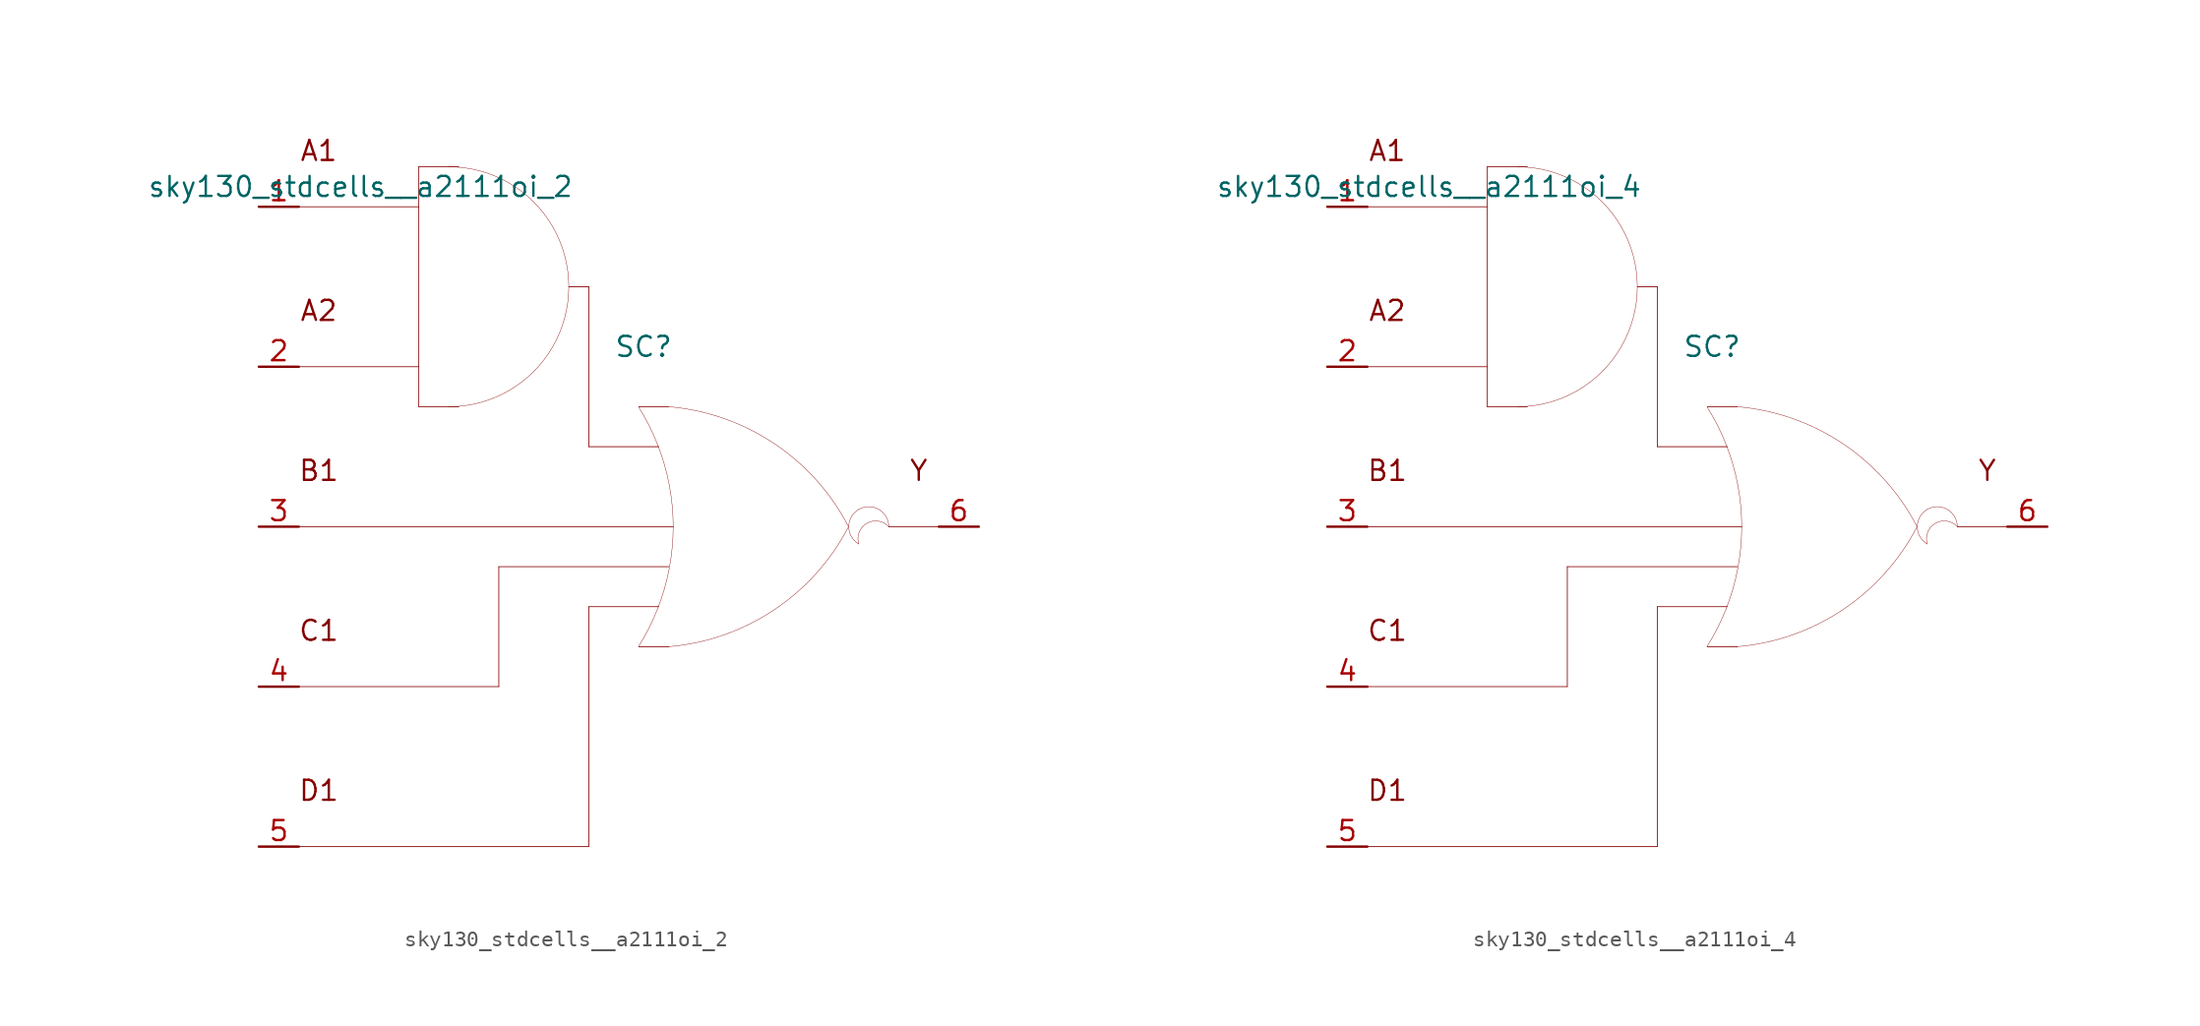
<source format=kicad_sym>
(kicad_symbol_lib
  (version 20211014)
  (generator kicad_symbol_editor)
  (symbol "sky130_stdcells__a2111oi_2"
    (pin_names hide)
    (property "Reference" "SC"
      (at 1.575 11.43 0)
      (effects (font (size 1.27 1.27))))
    (property "Value" "sky130_stdcells__a2111oi_2"
      (at -2.845 21.59 0)
      (effects (font (size 1.27 1.27)) (justify right)))
    (symbol "sky130_stdcells__a2111oi_2_0_0"
      (arc (start -10.795 7.62) (mid -8.8228 7.8796) (end -6.985 8.6409) (stroke (width 0.0254) (type default) (color 0 0 0 0)) (fill (type none)))
      (arc (start -6.985 8.6409) (mid -5.4069 9.8519) (end -4.1959 11.43) (stroke (width 0.0254) (type default) (color 0 0 0 0)) (fill (type none)))
      (arc (start -6.985 21.8391) (mid -8.8228 22.6003) (end -10.795 22.86) (stroke (width 0.0254) (type default) (color 0 0 0 0)) (fill (type none)))
      (arc (start -4.1959 11.43) (mid -3.4347 13.2678) (end -3.175 15.24) (stroke (width 0.0254) (type default) (color 0 0 0 0)) (fill (type none)))
      (arc (start -4.1959 19.05) (mid -5.4069 20.6281) (end -6.985 21.8391) (stroke (width 0.0254) (type default) (color 0 0 0 0)) (fill (type none)))
      (arc (start -3.175 15.24) (mid -3.4346 17.2122) (end -4.1959 19.05) (stroke (width 0.0254) (type default) (color 0 0 0 0)) (fill (type none)))
      (polyline (pts (xy -20.32 -20.32) (xy -1.905 -20.32)) (stroke (width 0.051) (type default) (color 0 0 0 0)) (fill (type none)))
      (polyline (pts (xy -20.32 -10.16) (xy -7.62 -10.16)) (stroke (width 0.051) (type default) (color 0 0 0 0)) (fill (type none)))
      (polyline (pts (xy -20.32 0) (xy 3.454 0)) (stroke (width 0.051) (type default) (color 0 0 0 0)) (fill (type none)))
      (polyline (pts (xy -20.32 10.16) (xy -12.7 10.16)) (stroke (width 0.051) (type default) (color 0 0 0 0)) (fill (type none)))
      (polyline (pts (xy -20.32 20.32) (xy -12.7 20.32)) (stroke (width 0.051) (type default) (color 0 0 0 0)) (fill (type none)))
      (polyline (pts (xy -12.7 7.62) (xy -10.16 7.62)) (stroke (width 0.051) (type default) (color 0 0 0 0)) (fill (type none)))
      (polyline (pts (xy -12.7 22.86) (xy -12.7 7.62)) (stroke (width 0.051) (type default) (color 0 0 0 0)) (fill (type none)))
      (polyline (pts (xy -12.7 22.86) (xy -10.16 22.86)) (stroke (width 0.051) (type default) (color 0 0 0 0)) (fill (type none)))
      (polyline (pts (xy -7.62 -2.54) (xy -7.62 -10.16)) (stroke (width 0.051) (type default) (color 0 0 0 0)) (fill (type none)))
      (polyline (pts (xy -7.62 -2.54) (xy 3.175 -2.54)) (stroke (width 0.051) (type default) (color 0 0 0 0)) (fill (type none)))
      (polyline (pts (xy -3.175 15.24) (xy -1.905 15.24)) (stroke (width 0.051) (type default) (color 0 0 0 0)) (fill (type none)))
      (polyline (pts (xy -1.905 -5.08) (xy -1.905 -20.32)) (stroke (width 0.051) (type default) (color 0 0 0 0)) (fill (type none)))
      (polyline (pts (xy -1.905 -5.08) (xy 2.54 -5.08)) (stroke (width 0.051) (type default) (color 0 0 0 0)) (fill (type none)))
      (polyline (pts (xy -1.905 5.08) (xy 2.54 5.08)) (stroke (width 0.051) (type default) (color 0 0 0 0)) (fill (type none)))
      (polyline (pts (xy -1.905 15.24) (xy -1.905 5.08)) (stroke (width 0.051) (type default) (color 0 0 0 0)) (fill (type none)))
      (polyline (pts (xy 1.27 -7.62) (xy 3.175 -7.62)) (stroke (width 0.051) (type default) (color 0 0 0 0)) (fill (type none)))
      (polyline (pts (xy 1.27 7.62) (xy 3.175 7.62)) (stroke (width 0.051) (type default) (color 0 0 0 0)) (fill (type none)))
      (polyline (pts (xy 17.145 0) (xy 20.32 0)) (stroke (width 0.051) (type default) (color 0 0 0 0)) (fill (type none)))
      (arc (start 1.2495 -7.6142) (mid 1.907 -6.458) (end 2.4538 -5.2456) (stroke (width 0.0254) (type default) (color 0 0 0 0)) (fill (type none)))
      (arc (start 2.4538 -5.2456) (mid 2.8887 -3.9755) (end 3.202 -2.6701) (stroke (width 0.0254) (type default) (color 0 0 0 0)) (fill (type none)))
      (arc (start 2.472 5.1993) (mid 1.9238 6.4248) (end 1.2627 7.5932) (stroke (width 0.0254) (type default) (color 0 0 0 0)) (fill (type none)))
      (arc (start 3.1446 -7.6231) (mid 9.8386 -5.2986) (end 14.5755 -0.0284) (stroke (width 0.0254) (type default) (color 0 0 0 0)) (fill (type none)))
      (arc (start 3.202 -2.6701) (mid 3.3912 -1.341) (end 3.4544 0) (stroke (width 0.0254) (type default) (color 0 0 0 0)) (fill (type none)))
      (arc (start 3.2066 2.6456) (mid 2.8989 3.9396) (end 2.472 5.1993) (stroke (width 0.0254) (type default) (color 0 0 0 0)) (fill (type none)))
      (arc (start 3.4544 0) (mid 3.3923 1.3286) (end 3.2066 2.6456) (stroke (width 0.0254) (type default) (color 0 0 0 0)) (fill (type none)))
      (arc (start 14.5983 -0.0156) (mid 9.8798 5.271) (end 3.194 7.6189) (stroke (width 0.0254) (type default) (color 0 0 0 0)) (fill (type none)))
      (arc (start 15.24 1.0999) (mid 14.605 0) (end 15.24 -1.0999) (stroke (width 0.0254) (type default) (color 0 0 0 0)) (fill (type none)))
      (arc (start 17.145 0) (mid 15.2881 0.4743) (end 15.24 -1.0999) (stroke (width 0.0254) (type default) (color 0 0 0 0)) (fill (type none)))
      (arc (start 17.145 0) (mid 16.51 1.0998) (end 15.24 1.0999) (stroke (width 0.0254) (type default) (color 0 0 0 0)) (fill (type none)))
      (text "A1" (at -19.05 23.876 0) (effects (font (size 1.27 1.27))))
      (text "A2" (at -19.05 13.716 0) (effects (font (size 1.27 1.27))))
      (text "B1" (at -19.05 3.556 0) (effects (font (size 1.27 1.27))))
      (text "C1" (at -19.05 -6.604 0) (effects (font (size 1.27 1.27))))
      (text "D1" (at -19.05 -16.764 0) (effects (font (size 1.27 1.27))))
      (text "Y" (at 19.05 3.556 0) (effects (font (size 1.27 1.27)))))
    (symbol "sky130_stdcells__a2111oi_2_1_1"
      (pin input line (at -22.86 20.32 0) (length 2.54) (name "A1" (effects (font (size 1.092 1.092)))) (number "1" (effects (font (size 1.27 1.27)))))
      (pin input line (at -22.86 10.16 0) (length 2.54) (name "A2" (effects (font (size 1.092 1.092)))) (number "2" (effects (font (size 1.27 1.27)))))
      (pin input line (at -22.86 0 0) (length 2.54) (name "B1" (effects (font (size 1.092 1.092)))) (number "3" (effects (font (size 1.27 1.27)))))
      (pin input line (at -22.86 -10.16 0) (length 2.54) (name "C1" (effects (font (size 1.092 1.092)))) (number "4" (effects (font (size 1.27 1.27)))))
      (pin input line (at -22.86 -20.32 0) (length 2.54) (name "D1" (effects (font (size 1.092 1.092)))) (number "5" (effects (font (size 1.27 1.27)))))
      (pin output line (at 22.86 0 180) (length 2.54) (name "Y" (effects (font (size 1.092 1.092)))) (number "6" (effects (font (size 1.27 1.27)))))))
  (symbol "sky130_stdcells__a2111oi_4"
    (pin_names hide)
    (property "Reference" "SC"
      (at 1.575 11.43 0)
      (effects (font (size 1.27 1.27))))
    (property "Value" "sky130_stdcells__a2111oi_4"
      (at -2.845 21.59 0)
      (effects (font (size 1.27 1.27)) (justify right)))
    (symbol "sky130_stdcells__a2111oi_4_0_0"
      (arc (start -10.795 7.62) (mid -8.8228 7.8796) (end -6.985 8.6409) (stroke (width 0.0254) (type default) (color 0 0 0 0)) (fill (type none)))
      (arc (start -6.985 8.6409) (mid -5.4069 9.8519) (end -4.1959 11.43) (stroke (width 0.0254) (type default) (color 0 0 0 0)) (fill (type none)))
      (arc (start -6.985 21.8391) (mid -8.8228 22.6003) (end -10.795 22.86) (stroke (width 0.0254) (type default) (color 0 0 0 0)) (fill (type none)))
      (arc (start -4.1959 11.43) (mid -3.4347 13.2678) (end -3.175 15.24) (stroke (width 0.0254) (type default) (color 0 0 0 0)) (fill (type none)))
      (arc (start -4.1959 19.05) (mid -5.4069 20.6281) (end -6.985 21.8391) (stroke (width 0.0254) (type default) (color 0 0 0 0)) (fill (type none)))
      (arc (start -3.175 15.24) (mid -3.4346 17.2122) (end -4.1959 19.05) (stroke (width 0.0254) (type default) (color 0 0 0 0)) (fill (type none)))
      (polyline (pts (xy -20.32 -20.32) (xy -1.905 -20.32)) (stroke (width 0.051) (type default) (color 0 0 0 0)) (fill (type none)))
      (polyline (pts (xy -20.32 -10.16) (xy -7.62 -10.16)) (stroke (width 0.051) (type default) (color 0 0 0 0)) (fill (type none)))
      (polyline (pts (xy -20.32 0) (xy 3.454 0)) (stroke (width 0.051) (type default) (color 0 0 0 0)) (fill (type none)))
      (polyline (pts (xy -20.32 10.16) (xy -12.7 10.16)) (stroke (width 0.051) (type default) (color 0 0 0 0)) (fill (type none)))
      (polyline (pts (xy -20.32 20.32) (xy -12.7 20.32)) (stroke (width 0.051) (type default) (color 0 0 0 0)) (fill (type none)))
      (polyline (pts (xy -12.7 7.62) (xy -10.16 7.62)) (stroke (width 0.051) (type default) (color 0 0 0 0)) (fill (type none)))
      (polyline (pts (xy -12.7 22.86) (xy -12.7 7.62)) (stroke (width 0.051) (type default) (color 0 0 0 0)) (fill (type none)))
      (polyline (pts (xy -12.7 22.86) (xy -10.16 22.86)) (stroke (width 0.051) (type default) (color 0 0 0 0)) (fill (type none)))
      (polyline (pts (xy -7.62 -2.54) (xy -7.62 -10.16)) (stroke (width 0.051) (type default) (color 0 0 0 0)) (fill (type none)))
      (polyline (pts (xy -7.62 -2.54) (xy 3.175 -2.54)) (stroke (width 0.051) (type default) (color 0 0 0 0)) (fill (type none)))
      (polyline (pts (xy -3.175 15.24) (xy -1.905 15.24)) (stroke (width 0.051) (type default) (color 0 0 0 0)) (fill (type none)))
      (polyline (pts (xy -1.905 -5.08) (xy -1.905 -20.32)) (stroke (width 0.051) (type default) (color 0 0 0 0)) (fill (type none)))
      (polyline (pts (xy -1.905 -5.08) (xy 2.54 -5.08)) (stroke (width 0.051) (type default) (color 0 0 0 0)) (fill (type none)))
      (polyline (pts (xy -1.905 5.08) (xy 2.54 5.08)) (stroke (width 0.051) (type default) (color 0 0 0 0)) (fill (type none)))
      (polyline (pts (xy -1.905 15.24) (xy -1.905 5.08)) (stroke (width 0.051) (type default) (color 0 0 0 0)) (fill (type none)))
      (polyline (pts (xy 1.27 -7.62) (xy 3.175 -7.62)) (stroke (width 0.051) (type default) (color 0 0 0 0)) (fill (type none)))
      (polyline (pts (xy 1.27 7.62) (xy 3.175 7.62)) (stroke (width 0.051) (type default) (color 0 0 0 0)) (fill (type none)))
      (polyline (pts (xy 17.145 0) (xy 20.32 0)) (stroke (width 0.051) (type default) (color 0 0 0 0)) (fill (type none)))
      (arc (start 1.2495 -7.6142) (mid 1.907 -6.458) (end 2.4538 -5.2456) (stroke (width 0.0254) (type default) (color 0 0 0 0)) (fill (type none)))
      (arc (start 2.4538 -5.2456) (mid 2.8887 -3.9755) (end 3.202 -2.6701) (stroke (width 0.0254) (type default) (color 0 0 0 0)) (fill (type none)))
      (arc (start 2.472 5.1993) (mid 1.9238 6.4248) (end 1.2627 7.5932) (stroke (width 0.0254) (type default) (color 0 0 0 0)) (fill (type none)))
      (arc (start 3.1446 -7.6231) (mid 9.8386 -5.2986) (end 14.5755 -0.0284) (stroke (width 0.0254) (type default) (color 0 0 0 0)) (fill (type none)))
      (arc (start 3.202 -2.6701) (mid 3.3912 -1.341) (end 3.4544 0) (stroke (width 0.0254) (type default) (color 0 0 0 0)) (fill (type none)))
      (arc (start 3.2066 2.6456) (mid 2.8989 3.9396) (end 2.472 5.1993) (stroke (width 0.0254) (type default) (color 0 0 0 0)) (fill (type none)))
      (arc (start 3.4544 0) (mid 3.3923 1.3286) (end 3.2066 2.6456) (stroke (width 0.0254) (type default) (color 0 0 0 0)) (fill (type none)))
      (arc (start 14.5983 -0.0156) (mid 9.8798 5.271) (end 3.194 7.6189) (stroke (width 0.0254) (type default) (color 0 0 0 0)) (fill (type none)))
      (arc (start 15.24 1.0999) (mid 14.605 0) (end 15.24 -1.0999) (stroke (width 0.0254) (type default) (color 0 0 0 0)) (fill (type none)))
      (arc (start 17.145 0) (mid 15.2881 0.4743) (end 15.24 -1.0999) (stroke (width 0.0254) (type default) (color 0 0 0 0)) (fill (type none)))
      (arc (start 17.145 0) (mid 16.51 1.0998) (end 15.24 1.0999) (stroke (width 0.0254) (type default) (color 0 0 0 0)) (fill (type none)))
      (text "A1" (at -19.05 23.876 0) (effects (font (size 1.27 1.27))))
      (text "A2" (at -19.05 13.716 0) (effects (font (size 1.27 1.27))))
      (text "B1" (at -19.05 3.556 0) (effects (font (size 1.27 1.27))))
      (text "C1" (at -19.05 -6.604 0) (effects (font (size 1.27 1.27))))
      (text "D1" (at -19.05 -16.764 0) (effects (font (size 1.27 1.27))))
      (text "Y" (at 19.05 3.556 0) (effects (font (size 1.27 1.27)))))
    (symbol "sky130_stdcells__a2111oi_4_1_1"
      (pin input line (at -22.86 20.32 0) (length 2.54) (name "A1" (effects (font (size 1.092 1.092)))) (number "1" (effects (font (size 1.27 1.27)))))
      (pin input line (at -22.86 10.16 0) (length 2.54) (name "A2" (effects (font (size 1.092 1.092)))) (number "2" (effects (font (size 1.27 1.27)))))
      (pin input line (at -22.86 0 0) (length 2.54) (name "B1" (effects (font (size 1.092 1.092)))) (number "3" (effects (font (size 1.27 1.27)))))
      (pin input line (at -22.86 -10.16 0) (length 2.54) (name "C1" (effects (font (size 1.092 1.092)))) (number "4" (effects (font (size 1.27 1.27)))))
      (pin input line (at -22.86 -20.32 0) (length 2.54) (name "D1" (effects (font (size 1.092 1.092)))) (number "5" (effects (font (size 1.27 1.27)))))
      (pin output line (at 22.86 0 180) (length 2.54) (name "Y" (effects (font (size 1.092 1.092)))) (number "6" (effects (font (size 1.27 1.27))))))))
</source>
